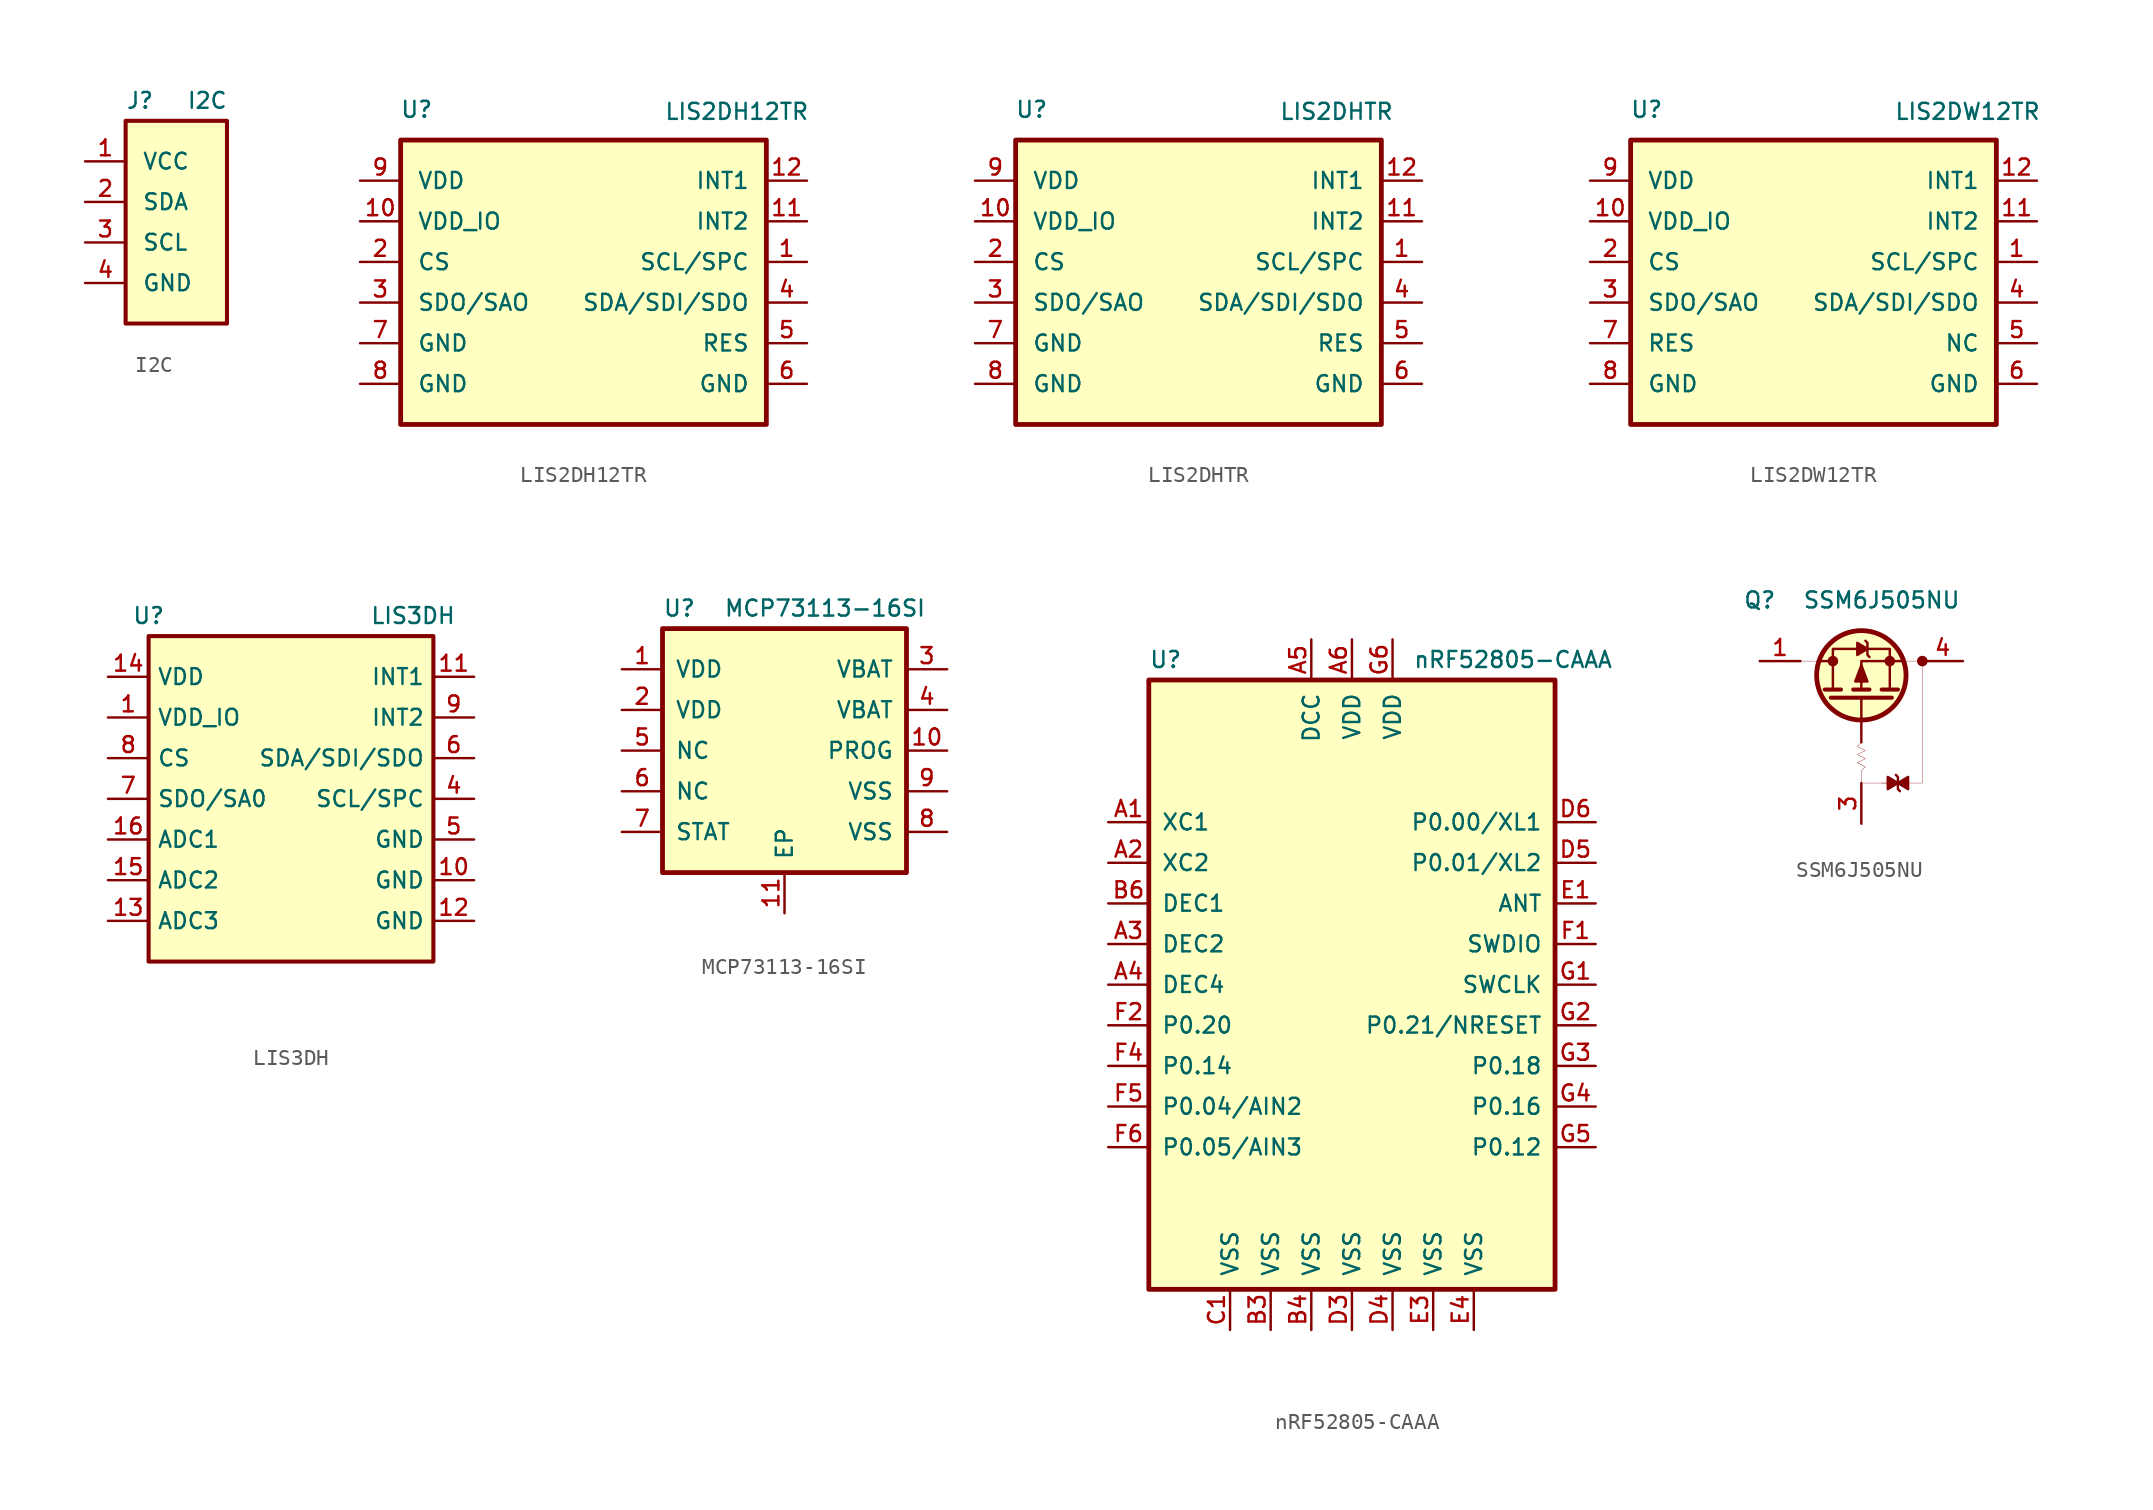
<source format=kicad_sym>
(kicad_symbol_lib
  (version 20201005)
  (generator kicad_symbol_editor)
  (symbol "HD_LibDB:I2C"
    (pin_names
      (offset 1.016))
    (property "Reference" "J"
      (at -2.54 8.89 0)
      (effects (font (size 0.991 0.991)) (justify left)))
    (property "Value" "I2C"
      (at 1.27 8.89 0)
      (effects (font (size 0.991 0.991)) (justify left)))
    (symbol "I2C_0_1"
      (rectangle (start -2.54 7.62) (end 3.81 -5.08) (stroke (width 0.254)) (fill (type background))))
    (symbol "I2C_1_1"
      (pin power_in line (at -5.08 5.08 0) (length 2.54) (name "VCC" (effects (font (size 0.991 0.991)))) (number "1" (effects (font (size 0.991 0.991)))))
      (pin bidirectional line (at -5.08 2.54 0) (length 2.54) (name "SDA" (effects (font (size 0.991 0.991)))) (number "2" (effects (font (size 0.991 0.991)))))
      (pin bidirectional line (at -5.08 0 0) (length 2.54) (name "SCL" (effects (font (size 0.991 0.991)))) (number "3" (effects (font (size 0.991 0.991)))))
      (pin power_in line (at -5.08 -2.54 0) (length 2.54) (name "GND" (effects (font (size 0.991 0.991)))) (number "4" (effects (font (size 0.991 0.991)))))))
  (symbol "HD_LibDB:LIS2DH12TR"
    (pin_names
      (offset 1.016))
    (property "Reference" "U"
      (at -11.481 10.211 0)
      (effects (font (size 1 1)) (justify left bottom)))
    (property "Value" "LIS2DH12TR"
      (at 5.029 10.084 0)
      (effects (font (size 1 1)) (justify left bottom)))
    (symbol "LIS2DH12TR_0_0"
      (rectangle (start -11.43 8.89) (end 11.43 -8.89) (stroke (width 0.3)) (fill (type background)))
      (pin input line (at -13.97 1.27 0) (length 2.54) (name "CS" (effects (font (size 1 1)))) (number "2" (effects (font (size 1 1)))))
      (pin output line (at 13.97 6.35 180) (length 2.54) (name "INT1" (effects (font (size 1 1)))) (number "12" (effects (font (size 1 1)))))
      (pin output line (at 13.97 3.81 180) (length 2.54) (name "INT2" (effects (font (size 1 1)))) (number "11" (effects (font (size 1 1)))))
      (pin power_in line (at 13.97 -3.81 180) (length 2.54) (name "RES" (effects (font (size 1 1)))) (number "5" (effects (font (size 1 1)))))
      (pin bidirectional line (at 13.97 1.27 180) (length 2.54) (name "SCL/SPC" (effects (font (size 1 1)))) (number "1" (effects (font (size 1 1)))))
      (pin bidirectional line (at 13.97 -1.27 180) (length 2.54) (name "SDA/SDI/SDO" (effects (font (size 1 1)))) (number "4" (effects (font (size 1 1)))))
      (pin bidirectional line (at -13.97 -1.27 0) (length 2.54) (name "SDO/SAO" (effects (font (size 1 1)))) (number "3" (effects (font (size 1 1)))))
      (pin power_in line (at 13.97 -6.35 180) (length 2.54) (name "GND" (effects (font (size 1 1)))) (number "6" (effects (font (size 1 1)))))
      (pin power_in line (at -13.97 -3.81 0) (length 2.54) (name "GND" (effects (font (size 1 1)))) (number "7" (effects (font (size 1 1)))))
      (pin power_in line (at -13.97 -6.35 0) (length 2.54) (name "GND" (effects (font (size 1 1)))) (number "8" (effects (font (size 1 1)))))
      (pin power_in line (at -13.97 6.35 0) (length 2.54) (name "VDD" (effects (font (size 1 1)))) (number "9" (effects (font (size 1 1)))))
      (pin power_in line (at -13.97 3.81 0) (length 2.54) (name "VDD_IO" (effects (font (size 1 1)))) (number "10" (effects (font (size 1 1)))))))
  (symbol "HD_LibDB:LIS2DHTR"
    (pin_names
      (offset 1.016))
    (property "Reference" "U"
      (at -11.481 10.211 0)
      (effects (font (size 1 1)) (justify left bottom)))
    (property "Value" "LIS2DHTR"
      (at 5.029 10.084 0)
      (effects (font (size 1 1)) (justify left bottom)))
    (symbol "LIS2DHTR_0_0"
      (rectangle (start -11.43 8.89) (end 11.43 -8.89) (stroke (width 0.3)) (fill (type background)))
      (pin input line (at -13.97 1.27 0) (length 2.54) (name "CS" (effects (font (size 1 1)))) (number "2" (effects (font (size 1 1)))))
      (pin output line (at 13.97 6.35 180) (length 2.54) (name "INT1" (effects (font (size 1 1)))) (number "12" (effects (font (size 1 1)))))
      (pin output line (at 13.97 3.81 180) (length 2.54) (name "INT2" (effects (font (size 1 1)))) (number "11" (effects (font (size 1 1)))))
      (pin power_in line (at 13.97 -3.81 180) (length 2.54) (name "RES" (effects (font (size 1 1)))) (number "5" (effects (font (size 1 1)))))
      (pin bidirectional line (at 13.97 1.27 180) (length 2.54) (name "SCL/SPC" (effects (font (size 1 1)))) (number "1" (effects (font (size 1 1)))))
      (pin bidirectional line (at 13.97 -1.27 180) (length 2.54) (name "SDA/SDI/SDO" (effects (font (size 1 1)))) (number "4" (effects (font (size 1 1)))))
      (pin bidirectional line (at -13.97 -1.27 0) (length 2.54) (name "SDO/SAO" (effects (font (size 1 1)))) (number "3" (effects (font (size 1 1)))))
      (pin power_in line (at 13.97 -6.35 180) (length 2.54) (name "GND" (effects (font (size 1 1)))) (number "6" (effects (font (size 1 1)))))
      (pin power_in line (at -13.97 -3.81 0) (length 2.54) (name "GND" (effects (font (size 1 1)))) (number "7" (effects (font (size 1 1)))))
      (pin power_in line (at -13.97 -6.35 0) (length 2.54) (name "GND" (effects (font (size 1 1)))) (number "8" (effects (font (size 1 1)))))
      (pin power_in line (at -13.97 6.35 0) (length 2.54) (name "VDD" (effects (font (size 1 1)))) (number "9" (effects (font (size 1 1)))))
      (pin power_in line (at -13.97 3.81 0) (length 2.54) (name "VDD_IO" (effects (font (size 1 1)))) (number "10" (effects (font (size 1 1)))))))
  (symbol "HD_LibDB:LIS2DW12TR"
    (pin_names
      (offset 1.016))
    (property "Reference" "U"
      (at -11.481 10.211 0)
      (effects (font (size 1 1)) (justify left bottom)))
    (property "Value" "LIS2DW12TR"
      (at 5.029 10.084 0)
      (effects (font (size 1 1)) (justify left bottom)))
    (symbol "LIS2DW12TR_0_0"
      (rectangle (start -11.43 8.89) (end 11.43 -8.89) (stroke (width 0.3)) (fill (type background)))
      (pin input line (at -13.97 1.27 0) (length 2.54) (name "CS" (effects (font (size 1 1)))) (number "2" (effects (font (size 1 1)))))
      (pin output line (at 13.97 6.35 180) (length 2.54) (name "INT1" (effects (font (size 1 1)))) (number "12" (effects (font (size 1 1)))))
      (pin output line (at 13.97 3.81 180) (length 2.54) (name "INT2" (effects (font (size 1 1)))) (number "11" (effects (font (size 1 1)))))
      (pin power_in line (at 13.97 -3.81 180) (length 2.54) (name "NC" (effects (font (size 1 1)))) (number "5" (effects (font (size 1 1)))))
      (pin bidirectional line (at 13.97 1.27 180) (length 2.54) (name "SCL/SPC" (effects (font (size 1 1)))) (number "1" (effects (font (size 1 1)))))
      (pin bidirectional line (at 13.97 -1.27 180) (length 2.54) (name "SDA/SDI/SDO" (effects (font (size 1 1)))) (number "4" (effects (font (size 1 1)))))
      (pin bidirectional line (at -13.97 -1.27 0) (length 2.54) (name "SDO/SAO" (effects (font (size 1 1)))) (number "3" (effects (font (size 1 1)))))
      (pin power_in line (at 13.97 -6.35 180) (length 2.54) (name "GND" (effects (font (size 1 1)))) (number "6" (effects (font (size 1 1)))))
      (pin power_in line (at -13.97 -3.81 0) (length 2.54) (name "RES" (effects (font (size 1 1)))) (number "7" (effects (font (size 1 1)))))
      (pin power_in line (at -13.97 -6.35 0) (length 2.54) (name "GND" (effects (font (size 1 1)))) (number "8" (effects (font (size 1 1)))))
      (pin power_in line (at -13.97 6.35 0) (length 2.54) (name "VDD" (effects (font (size 1 1)))) (number "9" (effects (font (size 1 1)))))
      (pin power_in line (at -13.97 3.81 0) (length 2.54) (name "VDD_IO" (effects (font (size 1 1)))) (number "10" (effects (font (size 1 1)))))))
  (symbol "HD_LibDB:LIS3DH"
    (property "Reference" "U"
      (at -8.89 11.43 0)
      (effects (font (size 0.991 0.991))))
    (property "Value" "LIS3DH"
      (at 7.62 11.43 0)
      (effects (font (size 0.991 0.991))))
    (symbol "LIS3DH_0_1"
      (rectangle (start -8.89 10.16) (end 8.89 -10.16) (stroke (width 0.254)) (fill (type background))))
    (symbol "LIS3DH_1_1"
      (pin power_in line (at -11.43 5.08 0) (length 2.54) (name "VDD_IO" (effects (font (size 0.991 0.991)))) (number "1" (effects (font (size 0.991 0.991)))))
      (pin power_in line (at 11.43 -5.08 180) (length 2.54) (name "GND" (effects (font (size 0.991 0.991)))) (number "10" (effects (font (size 0.991 0.991)))))
      (pin output line (at 11.43 7.62 180) (length 2.54) (name "INT1" (effects (font (size 0.991 0.991)))) (number "11" (effects (font (size 0.991 0.991)))))
      (pin power_in line (at 11.43 -7.62 180) (length 2.54) (name "GND" (effects (font (size 0.991 0.991)))) (number "12" (effects (font (size 0.991 0.991)))))
      (pin input line (at -11.43 -7.62 0) (length 2.54) (name "ADC3" (effects (font (size 0.991 0.991)))) (number "13" (effects (font (size 0.991 0.991)))))
      (pin power_in line (at -11.43 7.62 0) (length 2.54) (name "VDD" (effects (font (size 0.991 0.991)))) (number "14" (effects (font (size 0.991 0.991)))))
      (pin input line (at -11.43 -5.08 0) (length 2.54) (name "ADC2" (effects (font (size 0.991 0.991)))) (number "15" (effects (font (size 0.991 0.991)))))
      (pin input line (at -11.43 -2.54 0) (length 2.54) (name "ADC1" (effects (font (size 0.991 0.991)))) (number "16" (effects (font (size 0.991 0.991)))))
      (pin unconnected line (at -1.27 -12.7 90) (length 2.54) hide (name "NC" (effects (font (size 0.991 0.991)))) (number "2" (effects (font (size 0.991 0.991)))))
      (pin unconnected line (at 1.27 -12.7 90) (length 2.54) hide (name "NC" (effects (font (size 0.991 0.991)))) (number "3" (effects (font (size 0.991 0.991)))))
      (pin input line (at 11.43 0 180) (length 2.54) (name "SCL/SPC" (effects (font (size 0.991 0.991)))) (number "4" (effects (font (size 0.991 0.991)))))
      (pin power_in line (at 11.43 -2.54 180) (length 2.54) (name "GND" (effects (font (size 0.991 0.991)))) (number "5" (effects (font (size 0.991 0.991)))))
      (pin bidirectional line (at 11.43 2.54 180) (length 2.54) (name "SDA/SDI/SDO" (effects (font (size 0.991 0.991)))) (number "6" (effects (font (size 0.991 0.991)))))
      (pin bidirectional line (at -11.43 0 0) (length 2.54) (name "SDO/SA0" (effects (font (size 0.991 0.991)))) (number "7" (effects (font (size 0.991 0.991)))))
      (pin input line (at -11.43 2.54 0) (length 2.54) (name "CS" (effects (font (size 0.991 0.991)))) (number "8" (effects (font (size 0.991 0.991)))))
      (pin output line (at 11.43 5.08 180) (length 2.54) (name "INT2" (effects (font (size 0.991 0.991)))) (number "9" (effects (font (size 0.991 0.991)))))))
  (symbol "HD_LibDB:MCP73113-16SI"
    (pin_names
      (offset 0.762))
    (property "Reference" "U"
      (at -7.62 8.89 0)
      (effects (font (size 1 1)) (justify left)))
    (property "Value" "MCP73113-16SI"
      (at -3.81 8.89 0)
      (effects (font (size 1 1)) (justify left)))
    (symbol "MCP73113-16SI_0_0"
      (pin power_in line (at -10.16 5.08 0) (length 2.54) (name "VDD" (effects (font (size 1 1)))) (number "1" (effects (font (size 1 1)))))
      (pin power_in line (at -10.16 2.54 0) (length 2.54) (name "VDD" (effects (font (size 1 1)))) (number "2" (effects (font (size 1 1)))))
      (pin power_out line (at 10.16 5.08 180) (length 2.54) (name "VBAT" (effects (font (size 1 1)))) (number "3" (effects (font (size 1 1)))))
      (pin power_out line (at 10.16 2.54 180) (length 2.54) (name "VBAT" (effects (font (size 1 1)))) (number "4" (effects (font (size 1 1)))))
      (pin passive line (at -10.16 0 0) (length 2.54) (name "NC" (effects (font (size 1 1)))) (number "5" (effects (font (size 1 1)))))
      (pin passive line (at 0 -10.16 90) (length 2.54) (name "EP" (effects (font (size 1 1)))) (number "11" (effects (font (size 1 1)))))
      (pin passive line (at 10.16 0 180) (length 2.54) (name "PROG" (effects (font (size 1 1)))) (number "10" (effects (font (size 1 1)))))
      (pin power_in line (at 10.16 -2.54 180) (length 2.54) (name "VSS" (effects (font (size 1 1)))) (number "9" (effects (font (size 1 1)))))
      (pin power_in line (at 10.16 -5.08 180) (length 2.54) (name "VSS" (effects (font (size 1 1)))) (number "8" (effects (font (size 1 1)))))
      (pin passive line (at -10.16 -5.08 0) (length 2.54) (name "STAT" (effects (font (size 1 1)))) (number "7" (effects (font (size 1 1)))))
      (pin passive line (at -10.16 -2.54 0) (length 2.54) (name "NC" (effects (font (size 1 1)))) (number "6" (effects (font (size 1 1))))))
    (symbol "MCP73113-16SI_0_1"
      (rectangle (start -7.62 7.62) (end 7.62 -7.62) (stroke (width 0.3)) (fill (type background)))))
  (symbol "HD_LibDB:nRF52805-CAAA"
    (pin_names
      (offset 0.762))
    (property "Reference" "U"
      (at -12.7 20.32 0)
      (effects (font (size 1 1)) (justify left)))
    (property "Value" "nRF52805-CAAA"
      (at 3.81 20.32 0)
      (effects (font (size 1 1)) (justify left)))
    (symbol "nRF52805-CAAA_0_0"
      (pin input line (at -15.24 10.16 0) (length 2.54) (name "XC1" (effects (font (size 1 1)))) (number "A1" (effects (font (size 1 1)))))
      (pin input line (at -15.24 7.62 0) (length 2.54) (name "XC2" (effects (font (size 1 1)))) (number "A2" (effects (font (size 1 1)))))
      (pin passive line (at -15.24 2.54 0) (length 2.54) (name "DEC2" (effects (font (size 1 1)))) (number "A3" (effects (font (size 1 1)))))
      (pin passive line (at -15.24 0 0) (length 2.54) (name "DEC4" (effects (font (size 1 1)))) (number "A4" (effects (font (size 1 1)))))
      (pin power_out line (at -2.54 21.59 270) (length 2.54) (name "DCC" (effects (font (size 1 1)))) (number "A5" (effects (font (size 1 1)))))
      (pin power_in line (at 0 21.59 270) (length 2.54) (name "VDD" (effects (font (size 1 1)))) (number "A6" (effects (font (size 1 1)))))
      (pin power_in line (at -5.08 -21.59 90) (length 2.54) (name "VSS" (effects (font (size 1 1)))) (number "B3" (effects (font (size 1 1)))))
      (pin power_in line (at -2.54 -21.59 90) (length 2.54) (name "VSS" (effects (font (size 1 1)))) (number "B4" (effects (font (size 1 1)))))
      (pin passive line (at -15.24 5.08 0) (length 2.54) (name "DEC1" (effects (font (size 1 1)))) (number "B6" (effects (font (size 1 1)))))
      (pin power_in line (at -7.62 -21.59 90) (length 2.54) (name "VSS" (effects (font (size 1 1)))) (number "C1" (effects (font (size 1 1)))))
      (pin power_in line (at 0 -21.59 90) (length 2.54) (name "VSS" (effects (font (size 1 1)))) (number "D3" (effects (font (size 1 1)))))
      (pin power_in line (at 2.54 -21.59 90) (length 2.54) (name "VSS" (effects (font (size 1 1)))) (number "D4" (effects (font (size 1 1)))))
      (pin bidirectional line (at 15.24 7.62 180) (length 2.54) (name "P0.01/XL2" (effects (font (size 1 1)))) (number "D5" (effects (font (size 1 1)))))
      (pin bidirectional line (at 15.24 10.16 180) (length 2.54) (name "P0.00/XL1" (effects (font (size 1 1)))) (number "D6" (effects (font (size 1 1)))))
      (pin bidirectional line (at 15.24 5.08 180) (length 2.54) (name "ANT" (effects (font (size 1 1)))) (number "E1" (effects (font (size 1 1)))))
      (pin power_in line (at 5.08 -21.59 90) (length 2.54) (name "VSS" (effects (font (size 1 1)))) (number "E3" (effects (font (size 1 1)))))
      (pin power_in line (at 7.62 -21.59 90) (length 2.54) (name "VSS" (effects (font (size 1 1)))) (number "E4" (effects (font (size 1 1)))))
      (pin bidirectional line (at 15.24 2.54 180) (length 2.54) (name "SWDIO" (effects (font (size 1 1)))) (number "F1" (effects (font (size 1 1)))))
      (pin bidirectional line (at -15.24 -2.54 0) (length 2.54) (name "P0.20" (effects (font (size 1 1)))) (number "F2" (effects (font (size 1 1)))))
      (pin bidirectional line (at -15.24 -5.08 0) (length 2.54) (name "P0.14" (effects (font (size 1 1)))) (number "F4" (effects (font (size 1 1)))))
      (pin bidirectional line (at -15.24 -7.62 0) (length 2.54) (name "P0.04/AIN2" (effects (font (size 1 1)))) (number "F5" (effects (font (size 1 1)))))
      (pin bidirectional line (at -15.24 -10.16 0) (length 2.54) (name "P0.05/AIN3" (effects (font (size 1 1)))) (number "F6" (effects (font (size 1 1)))))
      (pin input line (at 15.24 0 180) (length 2.54) (name "SWCLK" (effects (font (size 1 1)))) (number "G1" (effects (font (size 1 1)))))
      (pin bidirectional line (at 15.24 -2.54 180) (length 2.54) (name "P0.21/NRESET" (effects (font (size 1 1)))) (number "G2" (effects (font (size 1 1)))))
      (pin bidirectional line (at 15.24 -5.08 180) (length 2.54) (name "P0.18" (effects (font (size 1 1)))) (number "G3" (effects (font (size 1 1)))))
      (pin bidirectional line (at 15.24 -7.62 180) (length 2.54) (name "P0.16" (effects (font (size 1 1)))) (number "G4" (effects (font (size 1 1)))))
      (pin bidirectional line (at 15.24 -10.16 180) (length 2.54) (name "P0.12" (effects (font (size 1 1)))) (number "G5" (effects (font (size 1 1)))))
      (pin power_in line (at 2.54 21.59 270) (length 2.54) (name "VDD" (effects (font (size 1 1)))) (number "G6" (effects (font (size 1 1))))))
    (symbol "nRF52805-CAAA_0_1"
      (rectangle (start -12.7 19.05) (end 12.7 -19.05) (stroke (width 0.3)) (fill (type background)))))
  (symbol "HD_LibDB:SSM6J505NU"
    (pin_names
      (offset 0.002) hide)
    (property "Reference" "Q"
      (at -6.35 5.08 0)
      (effects (font (size 1 1))))
    (property "Value" "SSM6J505NU"
      (at 1.27 5.08 0)
      (effects (font (size 1 1))))
    (symbol "SSM6J505NU_0_1"
      (circle (center 0 0.381) (radius 2.794) (stroke (width 0.3)) (fill (type background)))
      (circle (center 1.778 1.27) (radius 0.254) (stroke (width 0)) (fill (type outline)))
      (circle (center -1.778 1.27) (radius 0.254) (stroke (width 0)) (fill (type outline)))
      (circle (center 3.81 1.27) (radius 0.254) (stroke (width 0)) (fill (type outline)))
      (polyline (pts (xy 0 -1.016) (xy 0 -3.81)) (stroke (width 0)) (fill (type none)))
      (polyline (pts (xy -1.905 -1.016) (xy 1.905 -1.016)) (stroke (width 0.254)) (fill (type none)))
      (polyline (pts (xy 1.27 -0.508) (xy 2.286 -0.508)) (stroke (width 0.254)) (fill (type none)))
      (polyline (pts (xy -0.508 -0.508) (xy 0.508 -0.508)) (stroke (width 0.254)) (fill (type none)))
      (polyline (pts (xy -2.286 -0.508) (xy -1.27 -0.508)) (stroke (width 0.254)) (fill (type none)))
      (polyline (pts (xy -2.54 1.27) (xy -1.778 1.27)) (stroke (width 0)) (fill (type none)))
      (polyline (pts (xy 2.54 1.27) (xy 0 1.27) (xy 0 -0.508)) (stroke (width 0)) (fill (type none)))
      (polyline (pts (xy -1.778 -0.508) (xy -1.778 2.032) (xy 1.778 2.032) (xy 1.778 -0.508)) (stroke (width 0)) (fill (type none)))
      (polyline (pts (xy 0 1.016) (xy -0.381 0) (xy 0.381 0) (xy 0 1.016)) (stroke (width 0)) (fill (type outline)))
      (polyline (pts (xy 0.508 1.524) (xy 0.381 1.651) (xy 0.381 2.413) (xy 0.254 2.54)) (stroke (width 0)) (fill (type none)))
      (polyline (pts (xy 0.381 2.032) (xy -0.254 1.651) (xy -0.254 2.413) (xy 0.381 2.032)) (stroke (width 0)) (fill (type outline)))
      (polyline (pts (xy -3.81 1.27) (xy -2.286 1.27)) (stroke (width 0.001)) (fill (type none)))
      (polyline (pts (xy 3.81 1.27) (xy 2.286 1.27)) (stroke (width 0.001)) (fill (type none)))
      (polyline (pts (xy 0 -3.81) (xy -0.254 -4.064) (xy 0.254 -4.318) (xy -0.254 -4.572) (xy 0.254 -4.826) (xy -0.254 -5.08) (xy 0.254 -5.334) (xy 0 -5.588) (xy 0 -6.35) (xy 0 -6.35)) (stroke (width 0.001)) (fill (type none)))
      (polyline (pts (xy 2.413 -6.858) (xy 2.286 -6.731) (xy 2.286 -5.969) (xy 2.159 -5.842)) (stroke (width 0)) (fill (type none)))
      (polyline (pts (xy 2.286 -6.35) (xy 1.651 -6.731) (xy 1.651 -5.969) (xy 2.286 -6.35)) (stroke (width 0)) (fill (type outline)))
      (polyline (pts (xy 3.81 1.27) (xy 3.81 -6.35) (xy 1.27 -6.35)) (stroke (width 0.001)) (fill (type none)))
      (polyline (pts (xy 1.778 -6.35) (xy 0 -6.35)) (stroke (width 0.001)) (fill (type none)))
      (polyline (pts (xy 2.286 -6.35) (xy 2.921 -5.969) (xy 2.921 -6.731) (xy 2.286 -6.35)) (stroke (width 0)) (fill (type outline))))
    (symbol "SSM6J505NU_1_1"
      (pin input line (at 6.35 1.27 180) (length 2.54) hide (name "S" (effects (font (size 1 1)))) (number "8" (effects (font (size 1 1)))))
      (pin input line (at 0 -8.89 90) (length 2.54) (name "G" (effects (font (size 1 1)))) (number "3" (effects (font (size 1 1)))))
      (pin input line (at -6.35 1.27 0) (length 2.54) hide (name "D" (effects (font (size 1 1)))) (number "2" (effects (font (size 1 1)))))
      (pin input line (at -6.35 1.27 0) (length 2.54) hide (name "D" (effects (font (size 1 1)))) (number "6" (effects (font (size 1 1)))))
      (pin input line (at -6.35 1.27 0) (length 2.54) (name "D" (effects (font (size 1 1)))) (number "1" (effects (font (size 1 1)))))
      (pin input line (at -6.35 1.27 0) (length 2.54) hide (name "D" (effects (font (size 1 1)))) (number "5" (effects (font (size 1 1)))))
      (pin input line (at -6.35 1.27 0) (length 2.54) hide (name "D" (effects (font (size 1 1)))) (number "7" (effects (font (size 1 1)))))
      (pin input line (at 6.35 1.27 180) (length 2.54) (name "S" (effects (font (size 1 1)))) (number "4" (effects (font (size 1 1))))))))
</source>
